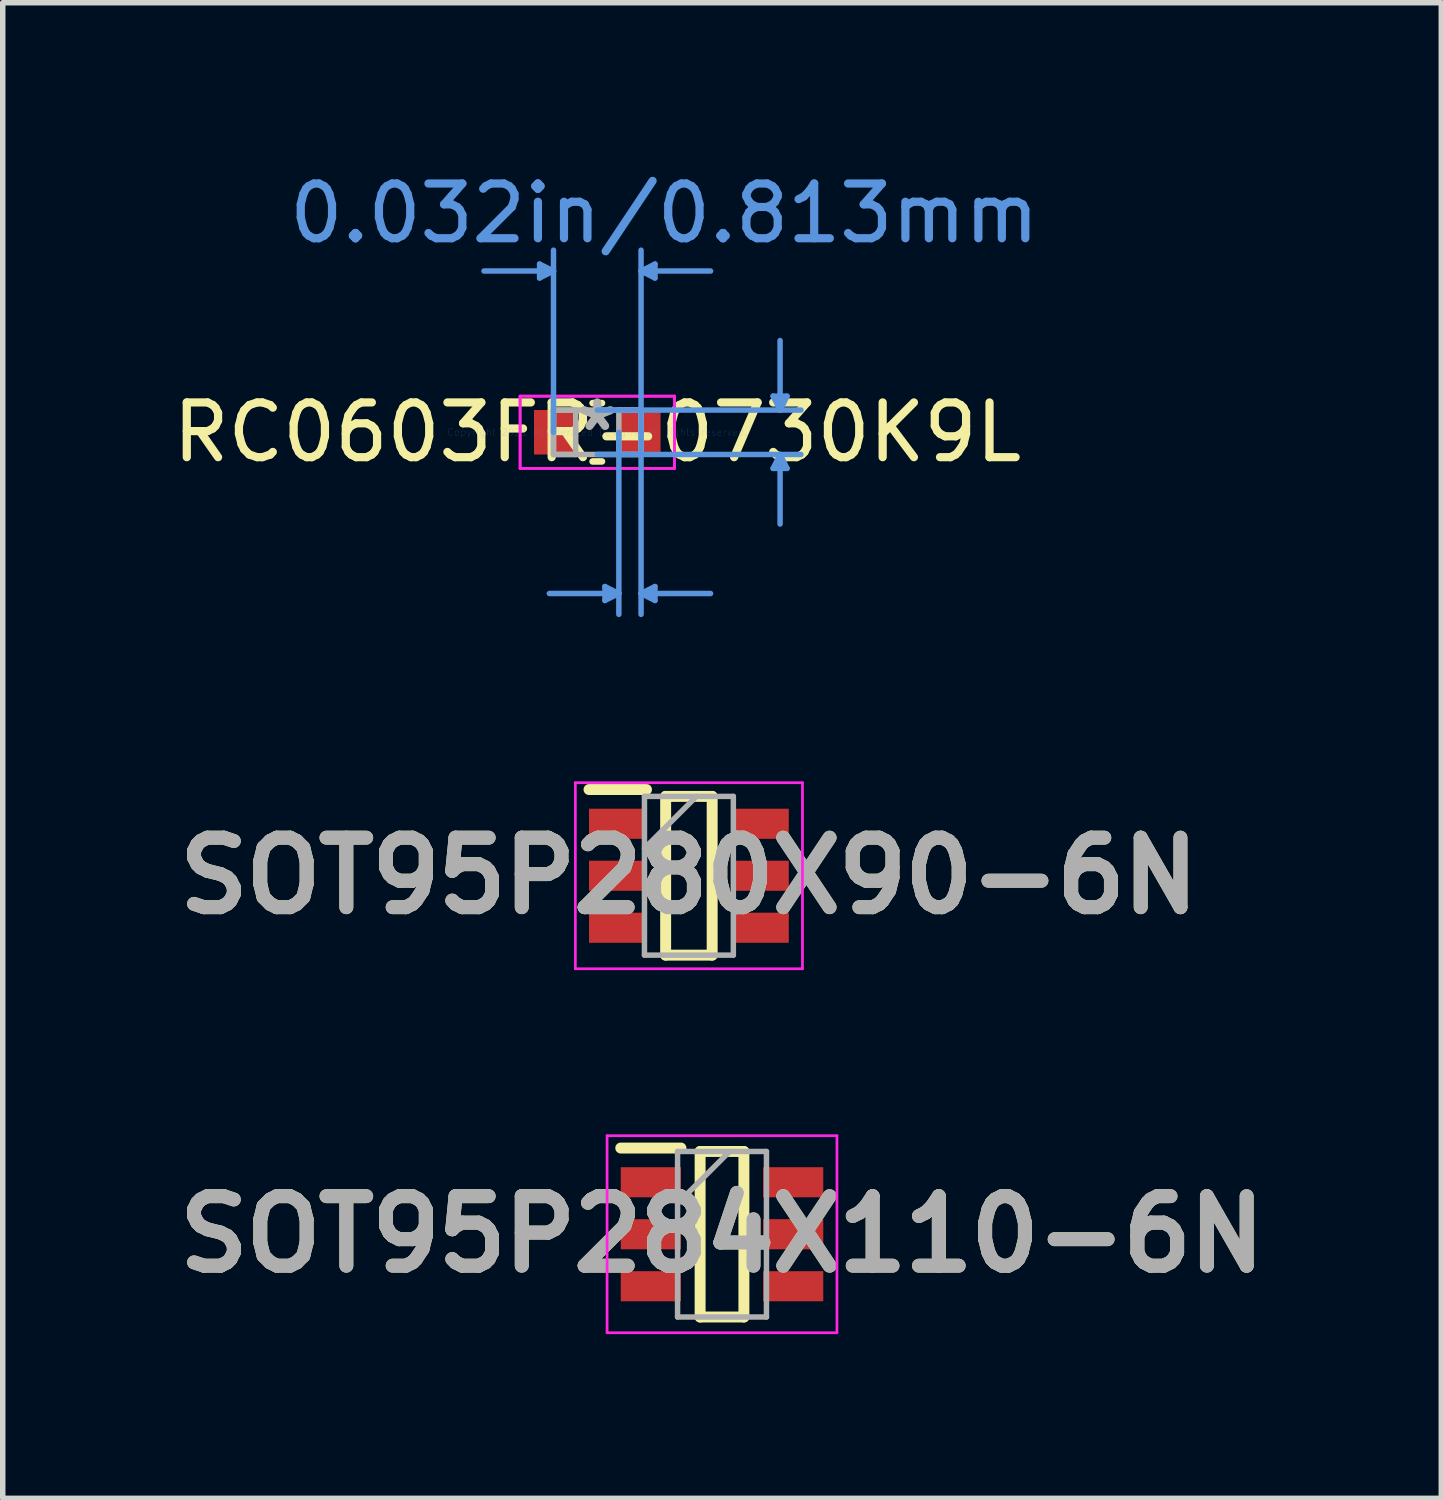
<source format=kicad_pcb>
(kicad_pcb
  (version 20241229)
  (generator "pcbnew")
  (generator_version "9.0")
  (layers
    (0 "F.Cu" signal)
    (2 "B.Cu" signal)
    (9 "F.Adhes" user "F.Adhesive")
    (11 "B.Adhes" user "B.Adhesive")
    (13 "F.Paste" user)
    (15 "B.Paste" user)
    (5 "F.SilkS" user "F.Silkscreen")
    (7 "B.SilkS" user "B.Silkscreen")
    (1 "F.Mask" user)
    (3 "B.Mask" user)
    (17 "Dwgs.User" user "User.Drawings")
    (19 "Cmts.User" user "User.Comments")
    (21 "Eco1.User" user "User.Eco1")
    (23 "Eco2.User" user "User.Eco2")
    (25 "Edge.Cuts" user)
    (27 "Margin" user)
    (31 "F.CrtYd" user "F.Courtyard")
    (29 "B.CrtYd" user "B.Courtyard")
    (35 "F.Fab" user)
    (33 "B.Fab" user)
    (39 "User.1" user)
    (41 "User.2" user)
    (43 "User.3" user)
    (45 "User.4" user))
  (footprint "SOT95P280X90-6N"
    (layer "F.Cu")
    (at 9.537 12.951)
    (property "Reference" "SOT95P280X90-6N" (at 0 0 0) (layer "F.SilkS") (effects (font (size 1.27 1.27) (thickness 0.254))))
    (attr smd)
    (fp_line (start -1.825 -1.575) (end -0.775 -1.575) (stroke (width 0.2) (type solid)) (layer "F.SilkS"))
    (fp_line (start -0.425 -1.45) (end 0.425 -1.45) (stroke (width 0.2) (type solid)) (layer "F.SilkS"))
    (fp_line (start -0.425 1.45) (end -0.425 -1.45) (stroke (width 0.2) (type solid)) (layer "F.SilkS"))
    (fp_line (start 0.425 -1.45) (end 0.425 1.45) (stroke (width 0.2) (type solid)) (layer "F.SilkS"))
    (fp_line (start 0.425 1.45) (end -0.425 1.45) (stroke (width 0.2) (type solid)) (layer "F.SilkS"))
    (fp_line (start -2.075 -1.7) (end 2.075 -1.7) (stroke (width 0.05) (type solid)) (layer "F.CrtYd"))
    (fp_line (start -2.075 1.7) (end -2.075 -1.7) (stroke (width 0.05) (type solid)) (layer "F.CrtYd"))
    (fp_line (start 2.075 -1.7) (end 2.075 1.7) (stroke (width 0.05) (type solid)) (layer "F.CrtYd"))
    (fp_line (start 2.075 1.7) (end -2.075 1.7) (stroke (width 0.05) (type solid)) (layer "F.CrtYd"))
    (fp_line (start -0.812 -1.45) (end 0.812 -1.45) (stroke (width 0.1) (type solid)) (layer "F.Fab"))
    (fp_line (start -0.812 -0.5) (end 0.138 -1.45) (stroke (width 0.1) (type solid)) (layer "F.Fab"))
    (fp_line (start -0.812 1.45) (end -0.812 -1.45) (stroke (width 0.1) (type solid)) (layer "F.Fab"))
    (fp_line (start 0.812 -1.45) (end 0.812 1.45) (stroke (width 0.1) (type solid)) (layer "F.Fab"))
    (fp_line (start 0.812 1.45) (end -0.812 1.45) (stroke (width 0.1) (type solid)) (layer "F.Fab"))
    (fp_text user "${REFERENCE}" (at 0 0 0) (layer "F.Fab") (effects (font (size 1.27 1.27) (thickness 0.254))))
    (pad "1" smd rect (at -1.3 -0.95 90) (size 0.55 1.05) (layers "F.Cu" "F.Mask" "F.Paste"))
    (pad "2" smd rect (at -1.3 0 90) (size 0.55 1.05) (layers "F.Cu" "F.Mask" "F.Paste"))
    (pad "3" smd rect (at -1.3 0.95 90) (size 0.55 1.05) (layers "F.Cu" "F.Mask" "F.Paste"))
    (pad "4" smd rect (at 1.3 0.95 90) (size 0.55 1.05) (layers "F.Cu" "F.Mask" "F.Paste"))
    (pad "5" smd rect (at 1.3 0 90) (size 0.55 1.05) (layers "F.Cu" "F.Mask" "F.Paste"))
    (pad "6" smd rect (at 1.3 -0.95 90) (size 0.55 1.05) (layers "F.Cu" "F.Mask" "F.Paste")))
  (footprint "SOT95P284X110-6N"
    (layer "F.Cu")
    (at 10.142 19.501)
    (property "Reference" "SOT95P284X110-6N" (at 0 0 0) (layer "F.SilkS") (effects (font (size 1.27 1.27) (thickness 0.254))))
    (attr smd)
    (fp_line (start -1.85 -1.575) (end -0.75 -1.575) (stroke (width 0.2) (type solid)) (layer "F.SilkS"))
    (fp_line (start -0.4 -1.512) (end 0.4 -1.512) (stroke (width 0.2) (type solid)) (layer "F.SilkS"))
    (fp_line (start -0.4 1.512) (end -0.4 -1.512) (stroke (width 0.2) (type solid)) (layer "F.SilkS"))
    (fp_line (start 0.4 -1.512) (end 0.4 1.512) (stroke (width 0.2) (type solid)) (layer "F.SilkS"))
    (fp_line (start 0.4 1.512) (end -0.4 1.512) (stroke (width 0.2) (type solid)) (layer "F.SilkS"))
    (fp_line (start -2.1 -1.8) (end 2.1 -1.8) (stroke (width 0.05) (type solid)) (layer "F.CrtYd"))
    (fp_line (start -2.1 1.8) (end -2.1 -1.8) (stroke (width 0.05) (type solid)) (layer "F.CrtYd"))
    (fp_line (start 2.1 -1.8) (end 2.1 1.8) (stroke (width 0.05) (type solid)) (layer "F.CrtYd"))
    (fp_line (start 2.1 1.8) (end -2.1 1.8) (stroke (width 0.05) (type solid)) (layer "F.CrtYd"))
    (fp_line (start -0.812 -1.512) (end 0.812 -1.512) (stroke (width 0.1) (type solid)) (layer "F.Fab"))
    (fp_line (start -0.812 -0.562) (end 0.138 -1.512) (stroke (width 0.1) (type solid)) (layer "F.Fab"))
    (fp_line (start -0.812 1.512) (end -0.812 -1.512) (stroke (width 0.1) (type solid)) (layer "F.Fab"))
    (fp_line (start 0.812 -1.512) (end 0.812 1.512) (stroke (width 0.1) (type solid)) (layer "F.Fab"))
    (fp_line (start 0.812 1.512) (end -0.812 1.512) (stroke (width 0.1) (type solid)) (layer "F.Fab"))
    (fp_text user "${REFERENCE}" (at 0 0 0) (layer "F.Fab") (effects (font (size 1.27 1.27) (thickness 0.254))))
    (pad "1" smd rect (at -1.3 -0.95 90) (size 0.55 1.1) (layers "F.Cu" "F.Mask" "F.Paste"))
    (pad "2" smd rect (at -1.3 0 90) (size 0.55 1.1) (layers "F.Cu" "F.Mask" "F.Paste"))
    (pad "3" smd rect (at -1.3 0.95 90) (size 0.55 1.1) (layers "F.Cu" "F.Mask" "F.Paste"))
    (pad "4" smd rect (at 1.3 0.95 90) (size 0.55 1.1) (layers "F.Cu" "F.Mask" "F.Paste"))
    (pad "5" smd rect (at 1.3 0 90) (size 0.55 1.1) (layers "F.Cu" "F.Mask" "F.Paste"))
    (pad "6" smd rect (at 1.3 -0.95 90) (size 0.55 1.1) (layers "F.Cu" "F.Mask" "F.Paste")))
  (footprint "RC0603FR-0730K9L"
    (layer "F.Cu")
    (at 7.863 4.848)
    (property "Reference" "RC0603FR-0730K9L" (at 0 0 180) (layer "F.SilkS") (effects (font (size 1 1) (thickness 0.15))))
    (attr through_hole)
    (fp_line (start -0.086 0.533) (end 0.086 0.533) (stroke (width 0.12) (type solid)) (layer "F.SilkS"))
    (fp_line (start 0.086 -0.533) (end -0.086 -0.533) (stroke (width 0.12) (type solid)) (layer "F.SilkS"))
    (fp_line (start -1.054 -3.073) (end -1.054 -2.819) (stroke (width 0.1) (type solid)) (layer "Cmts.User"))
    (fp_line (start -0.8 -2.946) (end -2.07 -2.946) (stroke (width 0.1) (type solid)) (layer "Cmts.User"))
    (fp_line (start -0.8 -2.946) (end -1.054 -3.073) (stroke (width 0.1) (type solid)) (layer "Cmts.User"))
    (fp_line (start -0.8 -2.946) (end -1.054 -2.819) (stroke (width 0.1) (type solid)) (layer "Cmts.User"))
    (fp_line (start -0.8 0) (end -0.8 -3.327) (stroke (width 0.1) (type solid)) (layer "Cmts.User"))
    (fp_line (start 0 -0.406) (end 3.721 -0.406) (stroke (width 0.1) (type solid)) (layer "Cmts.User"))
    (fp_line (start 0 0.406) (end 3.721 0.406) (stroke (width 0.1) (type solid)) (layer "Cmts.User"))
    (fp_line (start 0.14 2.819) (end 0.14 3.073) (stroke (width 0.1) (type solid)) (layer "Cmts.User"))
    (fp_line (start 0.394 0) (end 0.394 3.327) (stroke (width 0.1) (type solid)) (layer "Cmts.User"))
    (fp_line (start 0.394 2.946) (end -0.876 2.946) (stroke (width 0.1) (type solid)) (layer "Cmts.User"))
    (fp_line (start 0.394 2.946) (end 0.14 2.819) (stroke (width 0.1) (type solid)) (layer "Cmts.User"))
    (fp_line (start 0.394 2.946) (end 0.14 3.073) (stroke (width 0.1) (type solid)) (layer "Cmts.User"))
    (fp_line (start 0.8 -2.946) (end 1.054 -3.073) (stroke (width 0.1) (type solid)) (layer "Cmts.User"))
    (fp_line (start 0.8 -2.946) (end 1.054 -2.819) (stroke (width 0.1) (type solid)) (layer "Cmts.User"))
    (fp_line (start 0.8 -2.946) (end 2.07 -2.946) (stroke (width 0.1) (type solid)) (layer "Cmts.User"))
    (fp_line (start 0.8 0) (end 0.8 -3.327) (stroke (width 0.1) (type solid)) (layer "Cmts.User"))
    (fp_line (start 0.8 0) (end 0.8 3.327) (stroke (width 0.1) (type solid)) (layer "Cmts.User"))
    (fp_line (start 0.8 2.946) (end 1.054 2.819) (stroke (width 0.1) (type solid)) (layer "Cmts.User"))
    (fp_line (start 0.8 2.946) (end 1.054 3.073) (stroke (width 0.1) (type solid)) (layer "Cmts.User"))
    (fp_line (start 0.8 2.946) (end 2.07 2.946) (stroke (width 0.1) (type solid)) (layer "Cmts.User"))
    (fp_line (start 1.054 -3.073) (end 1.054 -2.819) (stroke (width 0.1) (type solid)) (layer "Cmts.User"))
    (fp_line (start 1.054 2.819) (end 1.054 3.073) (stroke (width 0.1) (type solid)) (layer "Cmts.User"))
    (fp_line (start 3.213 -0.66) (end 3.467 -0.66) (stroke (width 0.1) (type solid)) (layer "Cmts.User"))
    (fp_line (start 3.213 0.66) (end 3.467 0.66) (stroke (width 0.1) (type solid)) (layer "Cmts.User"))
    (fp_line (start 3.34 -0.406) (end 3.213 -0.66) (stroke (width 0.1) (type solid)) (layer "Cmts.User"))
    (fp_line (start 3.34 -0.406) (end 3.34 -1.676) (stroke (width 0.1) (type solid)) (layer "Cmts.User"))
    (fp_line (start 3.34 -0.406) (end 3.467 -0.66) (stroke (width 0.1) (type solid)) (layer "Cmts.User"))
    (fp_line (start 3.34 0.406) (end 3.213 0.66) (stroke (width 0.1) (type solid)) (layer "Cmts.User"))
    (fp_line (start 3.34 0.406) (end 3.34 1.676) (stroke (width 0.1) (type solid)) (layer "Cmts.User"))
    (fp_line (start 3.34 0.406) (end 3.467 0.66) (stroke (width 0.1) (type solid)) (layer "Cmts.User"))
    (fp_line (start -1.41 -0.66) (end 1.41 -0.66) (stroke (width 0.05) (type solid)) (layer "F.CrtYd"))
    (fp_line (start -1.41 -0.66) (end 1.41 -0.66) (stroke (width 0.05) (type solid)) (layer "F.CrtYd"))
    (fp_line (start -1.41 0.66) (end -1.41 -0.66) (stroke (width 0.05) (type solid)) (layer "F.CrtYd"))
    (fp_line (start -1.41 0.66) (end -1.41 -0.66) (stroke (width 0.05) (type solid)) (layer "F.CrtYd"))
    (fp_line (start 1.41 -0.66) (end 1.41 0.66) (stroke (width 0.05) (type solid)) (layer "F.CrtYd"))
    (fp_line (start 1.41 -0.66) (end 1.41 0.66) (stroke (width 0.05) (type solid)) (layer "F.CrtYd"))
    (fp_line (start 1.41 0.66) (end -1.41 0.66) (stroke (width 0.05) (type solid)) (layer "F.CrtYd"))
    (fp_line (start 1.41 0.66) (end -1.41 0.66) (stroke (width 0.05) (type solid)) (layer "F.CrtYd"))
    (fp_line (start -0.8 -0.406) (end -0.8 0.406) (stroke (width 0.1) (type solid)) (layer "F.Fab"))
    (fp_line (start -0.8 -0.406) (end -0.8 0.406) (stroke (width 0.1) (type solid)) (layer "F.Fab"))
    (fp_line (start -0.8 0.406) (end -0.394 0.406) (stroke (width 0.1) (type solid)) (layer "F.Fab"))
    (fp_line (start -0.8 0.406) (end 0.8 0.406) (stroke (width 0.1) (type solid)) (layer "F.Fab"))
    (fp_line (start -0.394 -0.406) (end -0.8 -0.406) (stroke (width 0.1) (type solid)) (layer "F.Fab"))
    (fp_line (start -0.394 0.406) (end -0.394 -0.406) (stroke (width 0.1) (type solid)) (layer "F.Fab"))
    (fp_line (start 0.394 -0.406) (end 0.394 0.406) (stroke (width 0.1) (type solid)) (layer "F.Fab"))
    (fp_line (start 0.394 0.406) (end 0.8 0.406) (stroke (width 0.1) (type solid)) (layer "F.Fab"))
    (fp_line (start 0.8 -0.406) (end -0.8 -0.406) (stroke (width 0.1) (type solid)) (layer "F.Fab"))
    (fp_line (start 0.8 -0.406) (end 0.394 -0.406) (stroke (width 0.1) (type solid)) (layer "F.Fab"))
    (fp_line (start 0.8 0.406) (end 0.8 -0.406) (stroke (width 0.1) (type solid)) (layer "F.Fab"))
    (fp_line (start 0.8 0.406) (end 0.8 -0.406) (stroke (width 0.1) (type solid)) (layer "F.Fab"))
    (fp_text user "0.032in/0.813mm" (at 1.225 -4 180) (layer "Cmts.User") (effects (font (size 1 1) (thickness 0.15))))
    (fp_text user "Copyright 2021 Accelerated Designs. All rights reserved." (at 0 0 180) (layer "Cmts.User") (effects (font (size 0.127 0.127) (thickness 0.002))))
    (fp_text user "*" (at 0 0 180) (layer "F.Fab") (effects (font (size 1 1) (thickness 0.15))))
    (pad "1" smd rect (at -0.775 0) (size 0.762 0.813) (layers "F.Cu" "F.Mask" "F.Paste"))
    (pad "2" smd rect (at 0.775 0) (size 0.762 0.813) (layers "F.Cu" "F.Mask" "F.Paste")))
  (gr_rect
    (start -3 -3)
    (end 23.284 24.326)
    (stroke (width 0.1) (type default))
    (fill no)
    (layer "Edge.Cuts")))
</source>
